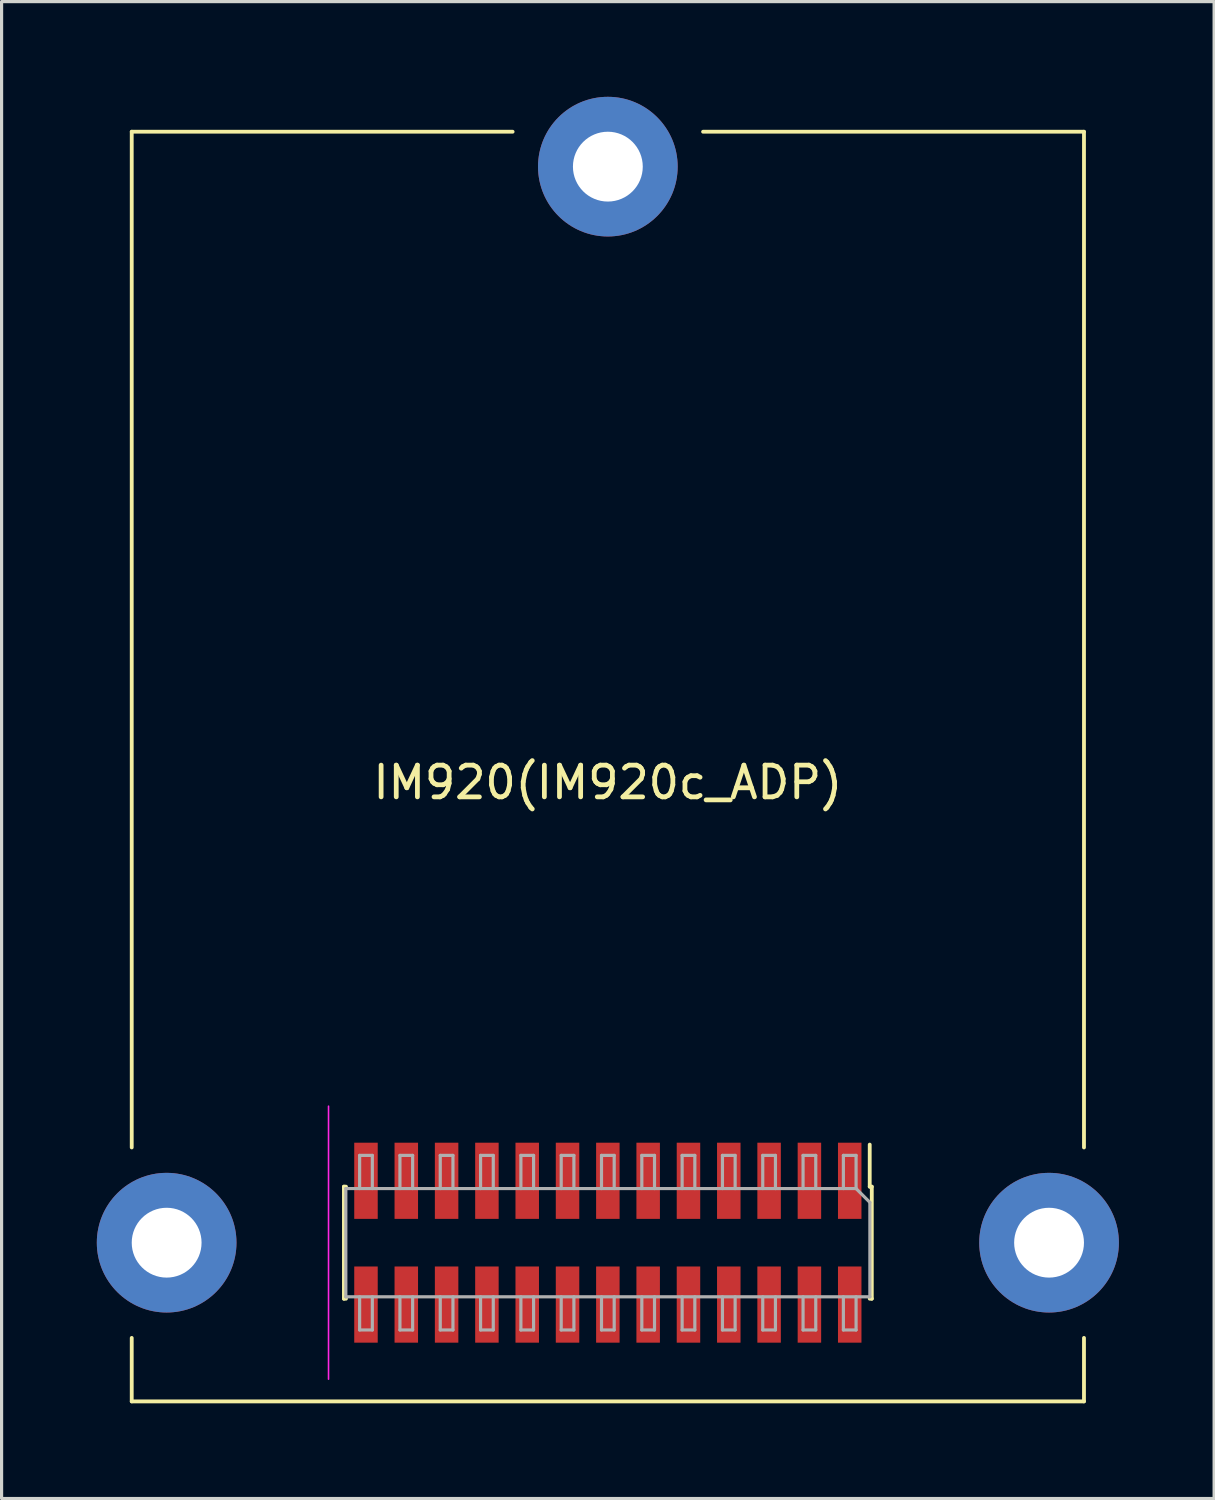
<source format=kicad_pcb>
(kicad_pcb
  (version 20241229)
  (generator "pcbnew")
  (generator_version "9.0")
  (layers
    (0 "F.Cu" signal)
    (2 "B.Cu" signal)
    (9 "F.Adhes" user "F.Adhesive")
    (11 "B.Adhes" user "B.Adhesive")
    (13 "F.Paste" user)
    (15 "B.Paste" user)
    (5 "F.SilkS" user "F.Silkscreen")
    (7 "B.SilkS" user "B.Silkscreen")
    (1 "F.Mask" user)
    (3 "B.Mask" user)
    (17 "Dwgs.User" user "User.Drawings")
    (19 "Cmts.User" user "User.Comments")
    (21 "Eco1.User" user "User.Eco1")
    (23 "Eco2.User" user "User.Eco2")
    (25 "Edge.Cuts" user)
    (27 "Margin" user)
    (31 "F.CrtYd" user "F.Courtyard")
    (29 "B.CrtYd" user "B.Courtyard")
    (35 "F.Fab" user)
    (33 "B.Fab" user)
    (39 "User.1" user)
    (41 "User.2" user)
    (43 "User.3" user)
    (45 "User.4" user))
  (footprint "IM920(IM920c_ADP)"
    (layer "F.Cu")
    (at 16.1 21.1)
    (property "Reference" "IM920(IM920c_ADP)" (at 0 0.5 0) (layer "F.SilkS") (effects (font (size 1 1) (thickness 0.15))))
    (attr through_hole)
    (fp_line (start -15 -20) (end -3 -20) (stroke (width 0.12) (type solid)) (layer "F.SilkS"))
    (fp_line (start -15 12) (end -15 -20) (stroke (width 0.12) (type solid)) (layer "F.SilkS"))
    (fp_line (start -15 20) (end -15 18) (stroke (width 0.12) (type solid)) (layer "F.SilkS"))
    (fp_line (start -8.315 13.235) (end -8.315 16.765) (stroke (width 0.12) (type solid)) (layer "F.SilkS"))
    (fp_line (start -8.25 13.235) (end -8.315 13.235) (stroke (width 0.12) (type solid)) (layer "F.SilkS"))
    (fp_line (start -8.25 16.765) (end -8.315 16.765) (stroke (width 0.12) (type solid)) (layer "F.SilkS"))
    (fp_line (start 3 -20) (end 15 -20) (stroke (width 0.12) (type solid)) (layer "F.SilkS"))
    (fp_line (start 8.25 11.91) (end 8.25 13.235) (stroke (width 0.12) (type solid)) (layer "F.SilkS"))
    (fp_line (start 8.315 13.235) (end 8.25 13.235) (stroke (width 0.12) (type solid)) (layer "F.SilkS"))
    (fp_line (start 8.315 13.235) (end 8.315 16.765) (stroke (width 0.12) (type solid)) (layer "F.SilkS"))
    (fp_line (start 8.315 16.765) (end 8.25 16.765) (stroke (width 0.12) (type solid)) (layer "F.SilkS"))
    (fp_line (start 15 -20) (end 15 12) (stroke (width 0.12) (type solid)) (layer "F.SilkS"))
    (fp_line (start 15 18) (end 15 20) (stroke (width 0.12) (type solid)) (layer "F.SilkS"))
    (fp_line (start 15 20) (end -15 20) (stroke (width 0.12) (type solid)) (layer "F.SilkS"))
    (fp_line (start -8.8 10.7) (end -8.8 19.3) (stroke (width 0.05) (type solid)) (layer "F.CrtYd"))
    (fp_line (start -8.255 13.295) (end 7.82 13.295) (stroke (width 0.1) (type solid)) (layer "F.Fab"))
    (fp_line (start -8.255 16.705) (end -8.255 13.295) (stroke (width 0.1) (type solid)) (layer "F.Fab"))
    (fp_line (start -7.82 12.25) (end -7.82 13.295) (stroke (width 0.1) (type solid)) (layer "F.Fab"))
    (fp_line (start -7.82 17.75) (end -7.82 16.705) (stroke (width 0.1) (type solid)) (layer "F.Fab"))
    (fp_line (start -7.42 12.25) (end -7.82 12.25) (stroke (width 0.1) (type solid)) (layer "F.Fab"))
    (fp_line (start -7.42 13.295) (end -7.42 12.25) (stroke (width 0.1) (type solid)) (layer "F.Fab"))
    (fp_line (start -7.42 16.705) (end -7.42 17.75) (stroke (width 0.1) (type solid)) (layer "F.Fab"))
    (fp_line (start -7.42 17.75) (end -7.82 17.75) (stroke (width 0.1) (type solid)) (layer "F.Fab"))
    (fp_line (start -6.55 12.25) (end -6.55 13.295) (stroke (width 0.1) (type solid)) (layer "F.Fab"))
    (fp_line (start -6.55 17.75) (end -6.55 16.705) (stroke (width 0.1) (type solid)) (layer "F.Fab"))
    (fp_line (start -6.15 12.25) (end -6.55 12.25) (stroke (width 0.1) (type solid)) (layer "F.Fab"))
    (fp_line (start -6.15 13.295) (end -6.15 12.25) (stroke (width 0.1) (type solid)) (layer "F.Fab"))
    (fp_line (start -6.15 16.705) (end -6.15 17.75) (stroke (width 0.1) (type solid)) (layer "F.Fab"))
    (fp_line (start -6.15 17.75) (end -6.55 17.75) (stroke (width 0.1) (type solid)) (layer "F.Fab"))
    (fp_line (start -5.28 12.25) (end -5.28 13.295) (stroke (width 0.1) (type solid)) (layer "F.Fab"))
    (fp_line (start -5.28 17.75) (end -5.28 16.705) (stroke (width 0.1) (type solid)) (layer "F.Fab"))
    (fp_line (start -4.88 12.25) (end -5.28 12.25) (stroke (width 0.1) (type solid)) (layer "F.Fab"))
    (fp_line (start -4.88 13.295) (end -4.88 12.25) (stroke (width 0.1) (type solid)) (layer "F.Fab"))
    (fp_line (start -4.88 16.705) (end -4.88 17.75) (stroke (width 0.1) (type solid)) (layer "F.Fab"))
    (fp_line (start -4.88 17.75) (end -5.28 17.75) (stroke (width 0.1) (type solid)) (layer "F.Fab"))
    (fp_line (start -4.01 12.25) (end -4.01 13.295) (stroke (width 0.1) (type solid)) (layer "F.Fab"))
    (fp_line (start -4.01 17.75) (end -4.01 16.705) (stroke (width 0.1) (type solid)) (layer "F.Fab"))
    (fp_line (start -3.61 12.25) (end -4.01 12.25) (stroke (width 0.1) (type solid)) (layer "F.Fab"))
    (fp_line (start -3.61 13.295) (end -3.61 12.25) (stroke (width 0.1) (type solid)) (layer "F.Fab"))
    (fp_line (start -3.61 16.705) (end -3.61 17.75) (stroke (width 0.1) (type solid)) (layer "F.Fab"))
    (fp_line (start -3.61 17.75) (end -4.01 17.75) (stroke (width 0.1) (type solid)) (layer "F.Fab"))
    (fp_line (start -2.74 12.25) (end -2.74 13.295) (stroke (width 0.1) (type solid)) (layer "F.Fab"))
    (fp_line (start -2.74 17.75) (end -2.74 16.705) (stroke (width 0.1) (type solid)) (layer "F.Fab"))
    (fp_line (start -2.34 12.25) (end -2.74 12.25) (stroke (width 0.1) (type solid)) (layer "F.Fab"))
    (fp_line (start -2.34 13.295) (end -2.34 12.25) (stroke (width 0.1) (type solid)) (layer "F.Fab"))
    (fp_line (start -2.34 16.705) (end -2.34 17.75) (stroke (width 0.1) (type solid)) (layer "F.Fab"))
    (fp_line (start -2.34 17.75) (end -2.74 17.75) (stroke (width 0.1) (type solid)) (layer "F.Fab"))
    (fp_line (start -1.47 12.25) (end -1.47 13.295) (stroke (width 0.1) (type solid)) (layer "F.Fab"))
    (fp_line (start -1.47 17.75) (end -1.47 16.705) (stroke (width 0.1) (type solid)) (layer "F.Fab"))
    (fp_line (start -1.07 12.25) (end -1.47 12.25) (stroke (width 0.1) (type solid)) (layer "F.Fab"))
    (fp_line (start -1.07 13.295) (end -1.07 12.25) (stroke (width 0.1) (type solid)) (layer "F.Fab"))
    (fp_line (start -1.07 16.705) (end -1.07 17.75) (stroke (width 0.1) (type solid)) (layer "F.Fab"))
    (fp_line (start -1.07 17.75) (end -1.47 17.75) (stroke (width 0.1) (type solid)) (layer "F.Fab"))
    (fp_line (start -0.2 12.25) (end -0.2 13.295) (stroke (width 0.1) (type solid)) (layer "F.Fab"))
    (fp_line (start -0.2 17.75) (end -0.2 16.705) (stroke (width 0.1) (type solid)) (layer "F.Fab"))
    (fp_line (start 0.2 12.25) (end -0.2 12.25) (stroke (width 0.1) (type solid)) (layer "F.Fab"))
    (fp_line (start 0.2 13.295) (end 0.2 12.25) (stroke (width 0.1) (type solid)) (layer "F.Fab"))
    (fp_line (start 0.2 16.705) (end 0.2 17.75) (stroke (width 0.1) (type solid)) (layer "F.Fab"))
    (fp_line (start 0.2 17.75) (end -0.2 17.75) (stroke (width 0.1) (type solid)) (layer "F.Fab"))
    (fp_line (start 1.07 12.25) (end 1.07 13.295) (stroke (width 0.1) (type solid)) (layer "F.Fab"))
    (fp_line (start 1.07 17.75) (end 1.07 16.705) (stroke (width 0.1) (type solid)) (layer "F.Fab"))
    (fp_line (start 1.47 12.25) (end 1.07 12.25) (stroke (width 0.1) (type solid)) (layer "F.Fab"))
    (fp_line (start 1.47 13.295) (end 1.47 12.25) (stroke (width 0.1) (type solid)) (layer "F.Fab"))
    (fp_line (start 1.47 16.705) (end 1.47 17.75) (stroke (width 0.1) (type solid)) (layer "F.Fab"))
    (fp_line (start 1.47 17.75) (end 1.07 17.75) (stroke (width 0.1) (type solid)) (layer "F.Fab"))
    (fp_line (start 2.34 12.25) (end 2.34 13.295) (stroke (width 0.1) (type solid)) (layer "F.Fab"))
    (fp_line (start 2.34 17.75) (end 2.34 16.705) (stroke (width 0.1) (type solid)) (layer "F.Fab"))
    (fp_line (start 2.74 12.25) (end 2.34 12.25) (stroke (width 0.1) (type solid)) (layer "F.Fab"))
    (fp_line (start 2.74 13.295) (end 2.74 12.25) (stroke (width 0.1) (type solid)) (layer "F.Fab"))
    (fp_line (start 2.74 16.705) (end 2.74 17.75) (stroke (width 0.1) (type solid)) (layer "F.Fab"))
    (fp_line (start 2.74 17.75) (end 2.34 17.75) (stroke (width 0.1) (type solid)) (layer "F.Fab"))
    (fp_line (start 3.61 12.25) (end 3.61 13.295) (stroke (width 0.1) (type solid)) (layer "F.Fab"))
    (fp_line (start 3.61 17.75) (end 3.61 16.705) (stroke (width 0.1) (type solid)) (layer "F.Fab"))
    (fp_line (start 4.01 12.25) (end 3.61 12.25) (stroke (width 0.1) (type solid)) (layer "F.Fab"))
    (fp_line (start 4.01 13.295) (end 4.01 12.25) (stroke (width 0.1) (type solid)) (layer "F.Fab"))
    (fp_line (start 4.01 16.705) (end 4.01 17.75) (stroke (width 0.1) (type solid)) (layer "F.Fab"))
    (fp_line (start 4.01 17.75) (end 3.61 17.75) (stroke (width 0.1) (type solid)) (layer "F.Fab"))
    (fp_line (start 4.88 12.25) (end 4.88 13.295) (stroke (width 0.1) (type solid)) (layer "F.Fab"))
    (fp_line (start 4.88 17.75) (end 4.88 16.705) (stroke (width 0.1) (type solid)) (layer "F.Fab"))
    (fp_line (start 5.28 12.25) (end 4.88 12.25) (stroke (width 0.1) (type solid)) (layer "F.Fab"))
    (fp_line (start 5.28 13.295) (end 5.28 12.25) (stroke (width 0.1) (type solid)) (layer "F.Fab"))
    (fp_line (start 5.28 16.705) (end 5.28 17.75) (stroke (width 0.1) (type solid)) (layer "F.Fab"))
    (fp_line (start 5.28 17.75) (end 4.88 17.75) (stroke (width 0.1) (type solid)) (layer "F.Fab"))
    (fp_line (start 6.15 12.25) (end 6.15 13.295) (stroke (width 0.1) (type solid)) (layer "F.Fab"))
    (fp_line (start 6.15 17.75) (end 6.15 16.705) (stroke (width 0.1) (type solid)) (layer "F.Fab"))
    (fp_line (start 6.55 12.25) (end 6.15 12.25) (stroke (width 0.1) (type solid)) (layer "F.Fab"))
    (fp_line (start 6.55 13.295) (end 6.55 12.25) (stroke (width 0.1) (type solid)) (layer "F.Fab"))
    (fp_line (start 6.55 16.705) (end 6.55 17.75) (stroke (width 0.1) (type solid)) (layer "F.Fab"))
    (fp_line (start 6.55 17.75) (end 6.15 17.75) (stroke (width 0.1) (type solid)) (layer "F.Fab"))
    (fp_line (start 7.42 12.25) (end 7.42 13.295) (stroke (width 0.1) (type solid)) (layer "F.Fab"))
    (fp_line (start 7.42 17.75) (end 7.42 16.705) (stroke (width 0.1) (type solid)) (layer "F.Fab"))
    (fp_line (start 7.82 12.25) (end 7.42 12.25) (stroke (width 0.1) (type solid)) (layer "F.Fab"))
    (fp_line (start 7.82 13.295) (end 7.82 12.25) (stroke (width 0.1) (type solid)) (layer "F.Fab"))
    (fp_line (start 7.82 13.295) (end 8.255 13.73) (stroke (width 0.1) (type solid)) (layer "F.Fab"))
    (fp_line (start 7.82 16.705) (end 7.82 17.75) (stroke (width 0.1) (type solid)) (layer "F.Fab"))
    (fp_line (start 7.82 17.75) (end 7.42 17.75) (stroke (width 0.1) (type solid)) (layer "F.Fab"))
    (fp_line (start 8.255 13.73) (end 8.255 16.705) (stroke (width 0.1) (type solid)) (layer "F.Fab"))
    (fp_line (start 8.255 16.705) (end -8.255 16.705) (stroke (width 0.1) (type solid)) (layer "F.Fab"))
    (pad "" thru_hole circle (at -13.9 15) (size 4.4 4.4) (drill 2.2) (layers "*.Cu" "*.Mask"))
    (pad "" thru_hole circle (at 0 -18.9) (size 4.4 4.4) (drill 2.2) (layers "*.Cu" "*.Mask"))
    (pad "" thru_hole circle (at 13.9 15) (size 4.4 4.4) (drill 2.2) (layers "*.Cu" "*.Mask"))
    (pad "1" smd rect (at 7.62 13.05 270) (size 2.4 0.74) (layers "F.Cu" "F.Mask" "F.Paste"))
    (pad "2" smd rect (at 7.62 16.95 270) (size 2.4 0.74) (layers "F.Cu" "F.Mask" "F.Paste"))
    (pad "3" smd rect (at 6.35 13.05 270) (size 2.4 0.74) (layers "F.Cu" "F.Mask" "F.Paste"))
    (pad "4" smd rect (at 6.35 16.95 270) (size 2.4 0.74) (layers "F.Cu" "F.Mask" "F.Paste"))
    (pad "5" smd rect (at 5.08 13.05 270) (size 2.4 0.74) (layers "F.Cu" "F.Mask" "F.Paste"))
    (pad "6" smd rect (at 5.08 16.95 270) (size 2.4 0.74) (layers "F.Cu" "F.Mask" "F.Paste"))
    (pad "7" smd rect (at 3.81 13.05 270) (size 2.4 0.74) (layers "F.Cu" "F.Mask" "F.Paste"))
    (pad "8" smd rect (at 3.81 16.95 270) (size 2.4 0.74) (layers "F.Cu" "F.Mask" "F.Paste"))
    (pad "9" smd rect (at 2.54 13.05 270) (size 2.4 0.74) (layers "F.Cu" "F.Mask" "F.Paste"))
    (pad "10" smd rect (at 2.54 16.95 270) (size 2.4 0.74) (layers "F.Cu" "F.Mask" "F.Paste"))
    (pad "11" smd rect (at 1.27 13.05 270) (size 2.4 0.74) (layers "F.Cu" "F.Mask" "F.Paste"))
    (pad "12" smd rect (at 1.27 16.95 270) (size 2.4 0.74) (layers "F.Cu" "F.Mask" "F.Paste"))
    (pad "13" smd rect (at 0 13.05 270) (size 2.4 0.74) (layers "F.Cu" "F.Mask" "F.Paste"))
    (pad "14" smd rect (at 0 16.95 270) (size 2.4 0.74) (layers "F.Cu" "F.Mask" "F.Paste"))
    (pad "15" smd rect (at -1.27 13.05 270) (size 2.4 0.74) (layers "F.Cu" "F.Mask" "F.Paste"))
    (pad "16" smd rect (at -1.27 16.95 270) (size 2.4 0.74) (layers "F.Cu" "F.Mask" "F.Paste"))
    (pad "17" smd rect (at -2.54 13.05 270) (size 2.4 0.74) (layers "F.Cu" "F.Mask" "F.Paste"))
    (pad "18" smd rect (at -2.54 16.95 270) (size 2.4 0.74) (layers "F.Cu" "F.Mask" "F.Paste"))
    (pad "19" smd rect (at -3.81 13.05 270) (size 2.4 0.74) (layers "F.Cu" "F.Mask" "F.Paste"))
    (pad "20" smd rect (at -3.81 16.95 270) (size 2.4 0.74) (layers "F.Cu" "F.Mask" "F.Paste"))
    (pad "21" smd rect (at -5.08 13.05 270) (size 2.4 0.74) (layers "F.Cu" "F.Mask" "F.Paste"))
    (pad "22" smd rect (at -5.08 16.95 270) (size 2.4 0.74) (layers "F.Cu" "F.Mask" "F.Paste"))
    (pad "23" smd rect (at -6.35 13.05 270) (size 2.4 0.74) (layers "F.Cu" "F.Mask" "F.Paste"))
    (pad "24" smd rect (at -6.35 16.95 270) (size 2.4 0.74) (layers "F.Cu" "F.Mask" "F.Paste"))
    (pad "25" smd rect (at -7.62 13.05 270) (size 2.4 0.74) (layers "F.Cu" "F.Mask" "F.Paste"))
    (pad "26" smd rect (at -7.62 16.95 270) (size 2.4 0.74) (layers "F.Cu" "F.Mask" "F.Paste")))
  (gr_rect
    (start -3 -3)
    (end 35.2 44.16)
    (stroke (width 0.1) (type default))
    (fill no)
    (layer "Edge.Cuts")))
</source>
